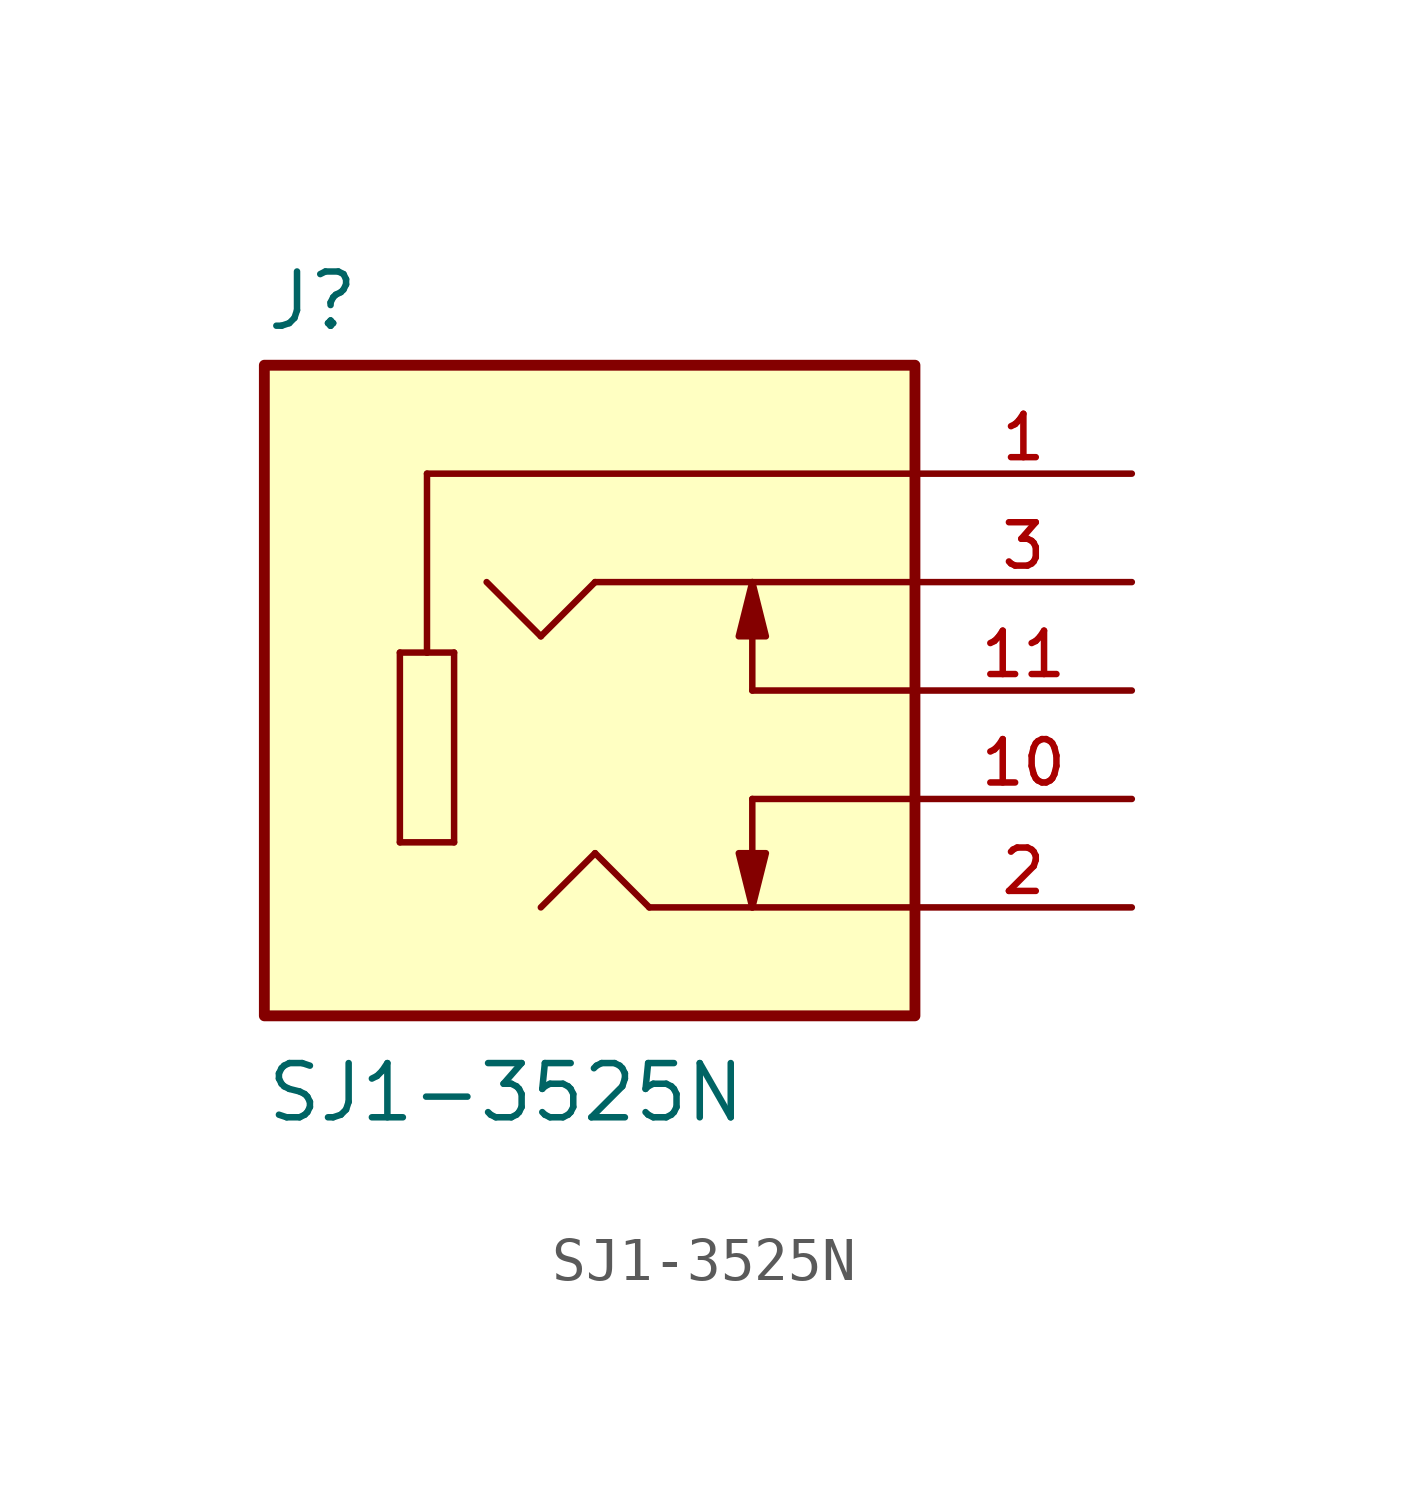
<source format=kicad_sym>
(kicad_symbol_lib
  (version 20211014)
  (generator kicad_symbol_editor)
  (symbol "SJ1-3525N"
    (pin_names
      (offset 1.016))
    (property "Reference" "J"
      (at -7.62 8.382 0)
      (effects (font (size 1.27 1.27)) (justify bottom left)))
    (property "Value" "SJ1-3525N"
      (at -7.62 -10.16 0)
      (effects (font (size 1.27 1.27)) (justify bottom left)))
    (symbol "SJ1-3525N_0_0"
      (polyline (pts (xy 7.62 5.08) (xy -3.81 5.08)) (stroke (width 0.152)))
      (polyline (pts (xy -3.81 5.08) (xy -3.81 0.889)) (stroke (width 0.152)))
      (polyline (pts (xy -3.81 0.889) (xy -3.175 0.889)) (stroke (width 0.152)))
      (polyline (pts (xy -3.175 0.889) (xy -3.175 -3.556)) (stroke (width 0.152)))
      (polyline (pts (xy -3.175 -3.556) (xy -4.445 -3.556)) (stroke (width 0.152)))
      (polyline (pts (xy -4.445 -3.556) (xy -4.445 0.889)) (stroke (width 0.152)))
      (polyline (pts (xy -4.445 0.889) (xy -3.81 0.889)) (stroke (width 0.152)))
      (polyline (pts (xy 7.62 2.54) (xy 0.127 2.54)) (stroke (width 0.152)))
      (polyline (pts (xy 0.127 2.54) (xy -1.143 1.27)) (stroke (width 0.152)))
      (polyline (pts (xy -1.143 1.27) (xy -2.413 2.54)) (stroke (width 0.152)))
      (polyline (pts (xy 7.62 -5.08) (xy 1.397 -5.08)) (stroke (width 0.152)))
      (polyline (pts (xy 1.397 -5.08) (xy 0.127 -3.81)) (stroke (width 0.152)))
      (polyline (pts (xy 0.127 -3.81) (xy -1.143 -5.08)) (stroke (width 0.152)))
      (polyline (pts (xy 7.62 -2.54) (xy 3.81 -2.54)) (stroke (width 0.152)))
      (polyline (pts (xy 3.81 -2.54) (xy 3.81 -5.08)) (stroke (width 0.152)))
      (polyline (pts (xy 7.62 0.0) (xy 3.81 0.0)) (stroke (width 0.152)))
      (polyline (pts (xy 3.81 0.0) (xy 3.81 2.54)) (stroke (width 0.152)))
      (polyline (pts (xy 3.81 -5.08) (xy 3.493 -3.81) (xy 4.128 -3.81) (xy 3.81 -5.08)) (stroke (width 0.152)) (fill (type outline)))
      (polyline (pts (xy 3.81 2.54) (xy 4.128 1.27) (xy 3.493 1.27) (xy 3.81 2.54)) (stroke (width 0.152)) (fill (type outline)))
      (rectangle (start -7.62 -7.62) (end 7.62 7.62) (stroke (width 0.254)) (fill (type background)))
      (pin passive line (at 12.7 5.08 180.0) (length 5.08) (name "~" (effects (font (size 1.016 1.016)))) (number "1" (effects (font (size 1.016 1.016)))))
      (pin passive line (at 12.7 2.54 180.0) (length 5.08) (name "~" (effects (font (size 1.016 1.016)))) (number "3" (effects (font (size 1.016 1.016)))))
      (pin passive line (at 12.7 -5.08 180.0) (length 5.08) (name "~" (effects (font (size 1.016 1.016)))) (number "2" (effects (font (size 1.016 1.016)))))
      (pin passive line (at 12.7 -2.54 180.0) (length 5.08) (name "~" (effects (font (size 1.016 1.016)))) (number "10" (effects (font (size 1.016 1.016)))))
      (pin passive line (at 12.7 0.0 180.0) (length 5.08) (name "~" (effects (font (size 1.016 1.016)))) (number "11" (effects (font (size 1.016 1.016))))))))
</source>
